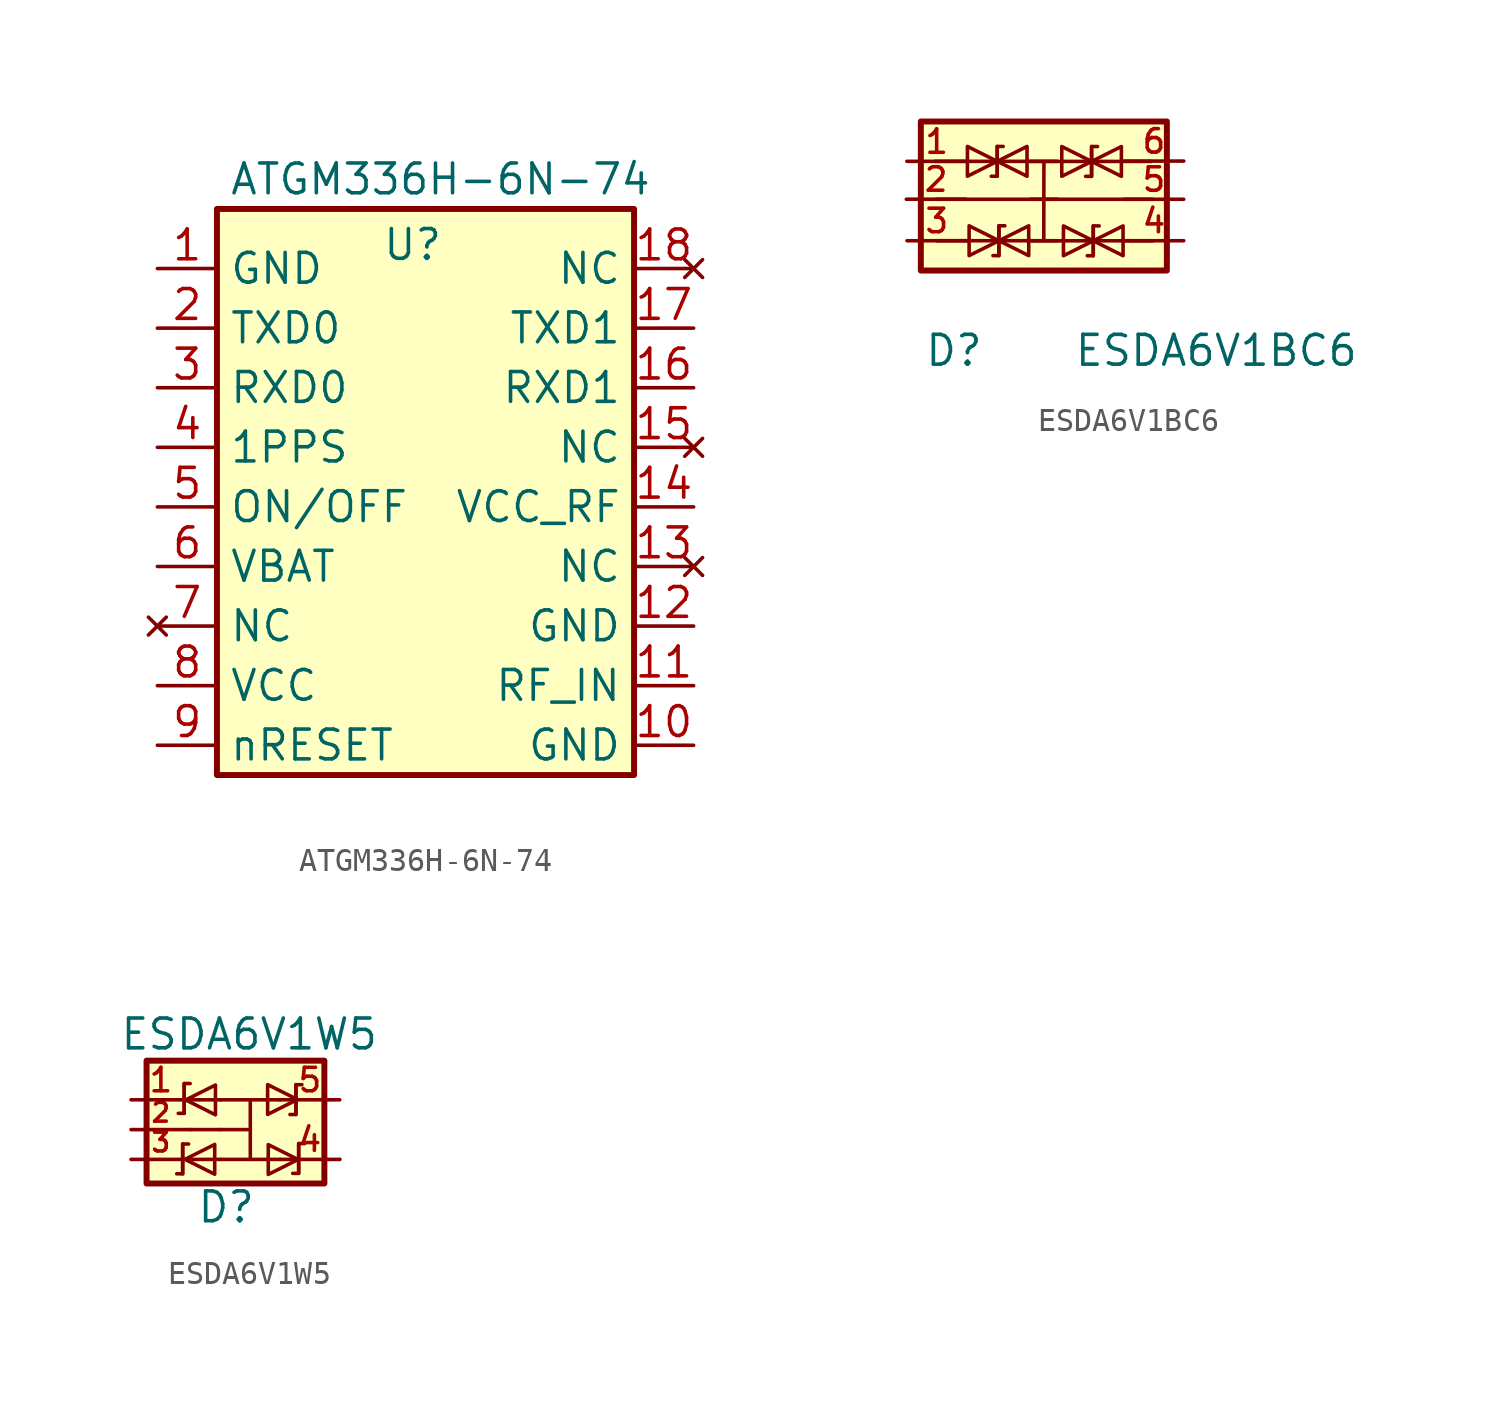
<source format=kicad_sym>
(kicad_symbol_lib
  (version 20241209)
  (generator "kicad_symbol_editor")
  (generator_version "9.0")
  (symbol "ATGM336H-6N-74"
    (property "Reference" "U"
      (at 2.032 8.636 0)
      (effects (font (size 1.27 1.27)) (justify right)))
    (property "Value" "ATGM336H-6N-74"
      (at -7.112 11.43 0)
      (effects (font (size 1.27 1.27)) (justify left)))
    (symbol "ATGM336H-6N-74_0_1"
      (rectangle (start -7.62 10.16) (end 10.16 -13.97) (stroke (width 0.254) (type default)) (fill (type background))))
    (symbol "ATGM336H-6N-74_1_1"
      (pin power_in line (at -10.16 7.62 0) (length 2.54) (name "GND" (effects (font (size 1.27 1.27)))) (number "1" (effects (font (size 1.27 1.27)))))
      (pin passive line (at -10.16 5.08 0) (length 2.54) (name "TXD0" (effects (font (size 1.27 1.27)))) (number "2" (effects (font (size 1.27 1.27)))))
      (pin passive line (at -10.16 2.54 0) (length 2.54) (name "RXD0" (effects (font (size 1.27 1.27)))) (number "3" (effects (font (size 1.27 1.27)))))
      (pin passive line (at -10.16 0 0) (length 2.54) (name "1PPS" (effects (font (size 1.27 1.27)))) (number "4" (effects (font (size 1.27 1.27)))))
      (pin passive line (at -10.16 -2.54 0) (length 2.54) (name "ON/OFF" (effects (font (size 1.27 1.27)))) (number "5" (effects (font (size 1.27 1.27)))))
      (pin power_in line (at -10.16 -5.08 0) (length 2.54) (name "VBAT" (effects (font (size 1.27 1.27)))) (number "6" (effects (font (size 1.27 1.27)))))
      (pin no_connect line (at -10.16 -7.62 0) (length 2.54) (name "NC" (effects (font (size 1.27 1.27)))) (number "7" (effects (font (size 1.27 1.27)))))
      (pin power_in line (at -10.16 -10.16 0) (length 2.54) (name "VCC" (effects (font (size 1.27 1.27)))) (number "8" (effects (font (size 1.27 1.27)))))
      (pin passive line (at -10.16 -12.7 0) (length 2.54) (name "nRESET" (effects (font (size 1.27 1.27)))) (number "9" (effects (font (size 1.27 1.27)))))
      (pin no_connect line (at 12.7 7.62 180) (length 2.54) (name "NC" (effects (font (size 1.27 1.27)))) (number "18" (effects (font (size 1.27 1.27)))))
      (pin passive line (at 12.7 5.08 180) (length 2.54) (name "TXD1" (effects (font (size 1.27 1.27)))) (number "17" (effects (font (size 1.27 1.27)))))
      (pin passive line (at 12.7 2.54 180) (length 2.54) (name "RXD1" (effects (font (size 1.27 1.27)))) (number "16" (effects (font (size 1.27 1.27)))))
      (pin no_connect line (at 12.7 0 180) (length 2.54) (name "NC" (effects (font (size 1.27 1.27)))) (number "15" (effects (font (size 1.27 1.27)))))
      (pin power_in line (at 12.7 -2.54 180) (length 2.54) (name "VCC_RF" (effects (font (size 1.27 1.27)))) (number "14" (effects (font (size 1.27 1.27)))))
      (pin no_connect line (at 12.7 -5.08 180) (length 2.54) (name "NC" (effects (font (size 1.27 1.27)))) (number "13" (effects (font (size 1.27 1.27)))))
      (pin power_in line (at 12.7 -7.62 180) (length 2.54) (name "GND" (effects (font (size 1.27 1.27)))) (number "12" (effects (font (size 1.27 1.27)))))
      (pin passive line (at 12.7 -10.16 180) (length 2.54) (name "RF_IN" (effects (font (size 1.27 1.27)))) (number "11" (effects (font (size 1.27 1.27)))))
      (pin power_in line (at 12.7 -12.7 180) (length 2.54) (name "GND" (effects (font (size 1.27 1.27)))) (number "10" (effects (font (size 1.27 1.27)))))))
  (symbol "ESDA6V1BC6"
    (pin_names
      (hide yes))
    (property "Reference" "D"
      (at -2.54 -6.35 0)
      (effects (font (size 1.27 1.27)) (justify right)))
    (property "Value" "ESDA6V1BC6"
      (at 1.27 -6.35 0)
      (effects (font (size 1.27 1.27)) (justify left)))
    (symbol "ESDA6V1BC6_0_1"
      (rectangle (start -5.231 3.409) (end 5.252 -2.941) (stroke (width 0.254) (type default)) (fill (type background)))
      (polyline (pts (xy -2.23 1.076) (xy -1.976 1.076) (xy -1.976 2.346)) (stroke (width 0) (type default)) (fill (type none)))
      (polyline (pts (xy -2.158 -2.306) (xy -1.904 -2.306) (xy -1.904 -1.036)) (stroke (width 0) (type default)) (fill (type none)))
      (polyline (pts (xy -1.976 1.711) (xy -3.246 1.076) (xy -3.246 2.346) (xy -1.976 1.711)) (stroke (width 0) (type default)) (fill (type none)))
      (polyline (pts (xy -1.976 1.711) (xy -0.706 2.346) (xy -0.706 1.076) (xy -1.976 1.711)) (stroke (width 0) (type default)) (fill (type none)))
      (polyline (pts (xy -1.976 1.076) (xy -1.976 2.346) (xy -1.722 2.346)) (stroke (width 0) (type default)) (fill (type none)))
      (polyline (pts (xy -1.904 -1.671) (xy -3.174 -2.306) (xy -3.174 -1.036) (xy -1.904 -1.671)) (stroke (width 0) (type default)) (fill (type none)))
      (polyline (pts (xy -1.904 -1.671) (xy -0.634 -1.036) (xy -0.634 -2.306) (xy -1.904 -1.671)) (stroke (width 0) (type default)) (fill (type none)))
      (polyline (pts (xy -1.904 -2.306) (xy -1.904 -1.036) (xy -1.65 -1.036)) (stroke (width 0) (type default)) (fill (type none)))
      (polyline (pts (xy 1.79 1.072) (xy 2.044 1.072) (xy 2.044 2.342)) (stroke (width 0) (type default)) (fill (type none)))
      (polyline (pts (xy 1.862 -2.31) (xy 2.116 -2.31) (xy 2.116 -1.04)) (stroke (width 0) (type default)) (fill (type none)))
      (polyline (pts (xy 2.044 1.707) (xy 0.774 1.072) (xy 0.774 2.342) (xy 2.044 1.707)) (stroke (width 0) (type default)) (fill (type none)))
      (polyline (pts (xy 2.044 1.707) (xy 3.314 2.342) (xy 3.314 1.072) (xy 2.044 1.707)) (stroke (width 0) (type default)) (fill (type none)))
      (polyline (pts (xy 2.044 1.072) (xy 2.044 2.342) (xy 2.298 2.342)) (stroke (width 0) (type default)) (fill (type none)))
      (polyline (pts (xy 2.116 -1.675) (xy 0.846 -2.31) (xy 0.846 -1.04) (xy 2.116 -1.675)) (stroke (width 0) (type default)) (fill (type none)))
      (polyline (pts (xy 2.116 -1.675) (xy 3.386 -1.04) (xy 3.386 -2.31) (xy 2.116 -1.675)) (stroke (width 0) (type default)) (fill (type none)))
      (polyline (pts (xy 2.116 -2.31) (xy 2.116 -1.04) (xy 2.37 -1.04)) (stroke (width 0) (type default)) (fill (type none))))
    (symbol "ESDA6V1BC6_1_0"
      (pin passive line (at -5.851 0.097 0) (length 2.54) (name "COM" (effects (font (size 1.27 1.27)))) (number "2" (effects (font (size 1 1))))))
    (symbol "ESDA6V1BC6_1_1"
      (polyline (pts (xy -4.622 1.712) (xy 0.564 1.711)) (stroke (width 0) (type solid)) (fill (type none)))
      (polyline (pts (xy -4.585 0.095) (xy 0.602 0.095)) (stroke (width 0) (type solid)) (fill (type none)))
      (polyline (pts (xy -4.55 -1.671) (xy 0.636 -1.671)) (stroke (width 0) (type solid)) (fill (type none)))
      (polyline (pts (xy -0.602 1.708) (xy 4.584 1.707)) (stroke (width 0) (type solid)) (fill (type none)))
      (polyline (pts (xy -0.556 0.095) (xy 4.63 0.095)) (stroke (width 0) (type solid)) (fill (type none)))
      (polyline (pts (xy -0.53 -1.675) (xy 4.656 -1.675)) (stroke (width 0) (type solid)) (fill (type none)))
      (polyline (pts (xy 0.007 -1.649) (xy 0.013 1.667)) (stroke (width 0) (type solid)) (fill (type none)))
      (pin passive line (at -5.826 1.712 0) (length 2.54) (name "TVS1" (effects (font (size 1.27 1.27)))) (number "1" (effects (font (size 1 1)))))
      (pin passive line (at -5.82 -1.671 0) (length 2.54) (name "TVS2" (effects (font (size 1.27 1.27)))) (number "3" (effects (font (size 1 1)))))
      (pin passive line (at 5.971 1.722 180) (length 2.54) (name "TVS3" (effects (font (size 1.27 1.27)))) (number "6" (effects (font (size 1 1)))))
      (pin passive line (at 5.971 0.095 180) (length 2.54) (name "TVS3" (effects (font (size 1.27 1.27)))) (number "5" (effects (font (size 1 1)))))
      (pin passive line (at 5.971 -1.671 180) (length 2.54) (name "TVS3" (effects (font (size 1.27 1.27)))) (number "4" (effects (font (size 1 1)))))))
  (symbol "ESDA6V1W5"
    (pin_names
      (hide yes))
    (property "Reference" "D"
      (at 0.254 -3.302 0)
      (effects (font (size 1.27 1.27)) (justify right)))
    (property "Value" "ESDA6V1W5"
      (at -5.588 4.064 0)
      (effects (font (size 1.27 1.27)) (justify left)))
    (symbol "ESDA6V1W5_0_1"
      (rectangle (start -4.42 2.937) (end 3.156 -2.296) (stroke (width 0.254) (type default)) (fill (type background)))
      (polyline (pts (xy -3.135 -1.884) (xy -2.881 -1.884) (xy -2.881 -0.614)) (stroke (width 0) (type default)) (fill (type none)))
      (polyline (pts (xy -3.07 0.692) (xy -2.816 0.692) (xy -2.816 1.962)) (stroke (width 0) (type default)) (fill (type none)))
      (polyline (pts (xy -2.881 -1.884) (xy -2.881 -0.614) (xy -2.627 -0.614)) (stroke (width 0) (type default)) (fill (type none)))
      (polyline (pts (xy -2.816 0.692) (xy -2.816 1.962) (xy -2.562 1.962)) (stroke (width 0) (type default)) (fill (type none)))
      (polyline (pts (xy -2.786 -1.267) (xy -1.516 -0.632) (xy -1.516 -1.902) (xy -2.786 -1.267)) (stroke (width 0) (type default)) (fill (type none)))
      (polyline (pts (xy -2.754 1.264) (xy -1.484 1.899) (xy -1.484 0.629) (xy -2.754 1.264)) (stroke (width 0) (type default)) (fill (type none)))
      (polyline (pts (xy -2.54 1.27) (xy -1.27 1.27)) (stroke (width 0) (type default)) (fill (type none)))
      (polyline (pts (xy -2.54 0) (xy -1.27 0)) (stroke (width 0) (type default)) (fill (type none)))
      (polyline (pts (xy -2.54 -1.27) (xy -1.27 -1.27)) (stroke (width 0) (type default)) (fill (type none)))
      (polyline (pts (xy -1.27 0) (xy 0 0) (xy 0 1.27) (xy -1.27 1.27)) (stroke (width 0) (type default)) (fill (type none)))
      (polyline (pts (xy 0 0) (xy 0 -1.27) (xy -1.27 -1.27)) (stroke (width 0) (type default)) (fill (type none)))
      (polyline (pts (xy 1.27 1.27) (xy 0 1.27)) (stroke (width 0) (type default)) (fill (type none)))
      (polyline (pts (xy 1.27 -1.27) (xy 0 -1.27)) (stroke (width 0) (type default)) (fill (type none)))
      (polyline (pts (xy 1.69 0.643) (xy 1.944 0.643) (xy 1.944 1.913)) (stroke (width 0) (type default)) (fill (type none)))
      (polyline (pts (xy 1.807 -1.865) (xy 2.061 -1.865) (xy 2.061 -0.595)) (stroke (width 0) (type default)) (fill (type none)))
      (polyline (pts (xy 1.944 0.643) (xy 1.944 1.913) (xy 2.198 1.913)) (stroke (width 0) (type default)) (fill (type none)))
      (polyline (pts (xy 2.008 1.282) (xy 0.738 0.647) (xy 0.738 1.917) (xy 2.008 1.282)) (stroke (width 0) (type default)) (fill (type none)))
      (polyline (pts (xy 2.035 -1.275) (xy 0.765 -1.91) (xy 0.765 -0.64) (xy 2.035 -1.275)) (stroke (width 0) (type default)) (fill (type none)))
      (polyline (pts (xy 2.061 -1.865) (xy 2.061 -0.595) (xy 2.315 -0.595)) (stroke (width 0) (type default)) (fill (type none)))
      (polyline (pts (xy 3.81 -1.27) (xy 3.81 -1.27)) (stroke (width 0) (type default)) (fill (type none))))
    (symbol "ESDA6V1W5_1_0"
      (pin passive line (at -5.08 0 0) (length 2.54) (name "COM" (effects (font (size 1.27 1.27)))) (number "2" (effects (font (size 0.8 0.8))))))
    (symbol "ESDA6V1W5_1_1"
      (pin passive line (at -5.08 1.27 0) (length 2.54) (name "TVS1" (effects (font (size 1.27 1.27)))) (number "1" (effects (font (size 1 1)))))
      (pin passive line (at -5.08 -1.27 0) (length 2.54) (name "TVS2" (effects (font (size 1.27 1.27)))) (number "3" (effects (font (size 0.8 0.8)))))
      (pin passive line (at 3.81 1.27 180) (length 2.54) (name "TVS3" (effects (font (size 1.27 1.27)))) (number "5" (effects (font (size 1 1)))))
      (pin passive line (at 3.81 -1.27 180) (length 2.54) (name "TVS3" (effects (font (size 1.27 1.27)))) (number "4" (effects (font (size 1 1))))))))
</source>
